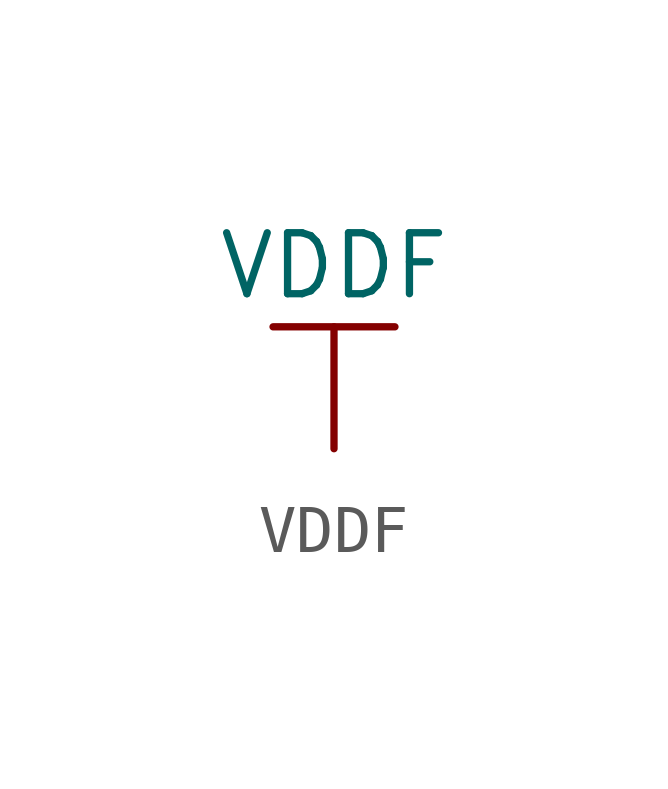
<source format=kicad_sym>
(kicad_symbol_lib
  (version 20220914)
  (generator kicad_symbol_editor)
  (symbol "VDDF"
    (power)
    (pin_names
      (offset 0))
    (property "Reference" "#PWR"
      (at 0 -3.81 0)
      (effects (font (size 1.27 1.27)) hide))
    (property "Value" "VDDF"
      (at 0 3.81 0)
      (effects (font (size 1.27 1.27))))
    (symbol "VDDF_1_1"
      (polyline (pts (xy -1.27 2.54) (xy 1.27 2.54)) (stroke (width 0) (type solid)) (fill (type none)))
      (polyline (pts (xy 0 0) (xy 0 2.54)) (stroke (width 0) (type solid)) (fill (type none)))
      (pin power_in line (at 0 0 90) (length 0) hide (name "VDDF" (effects (font (size 1.27 1.27)))) (number "1" (effects (font (size 1.27 1.27))))))))
</source>
